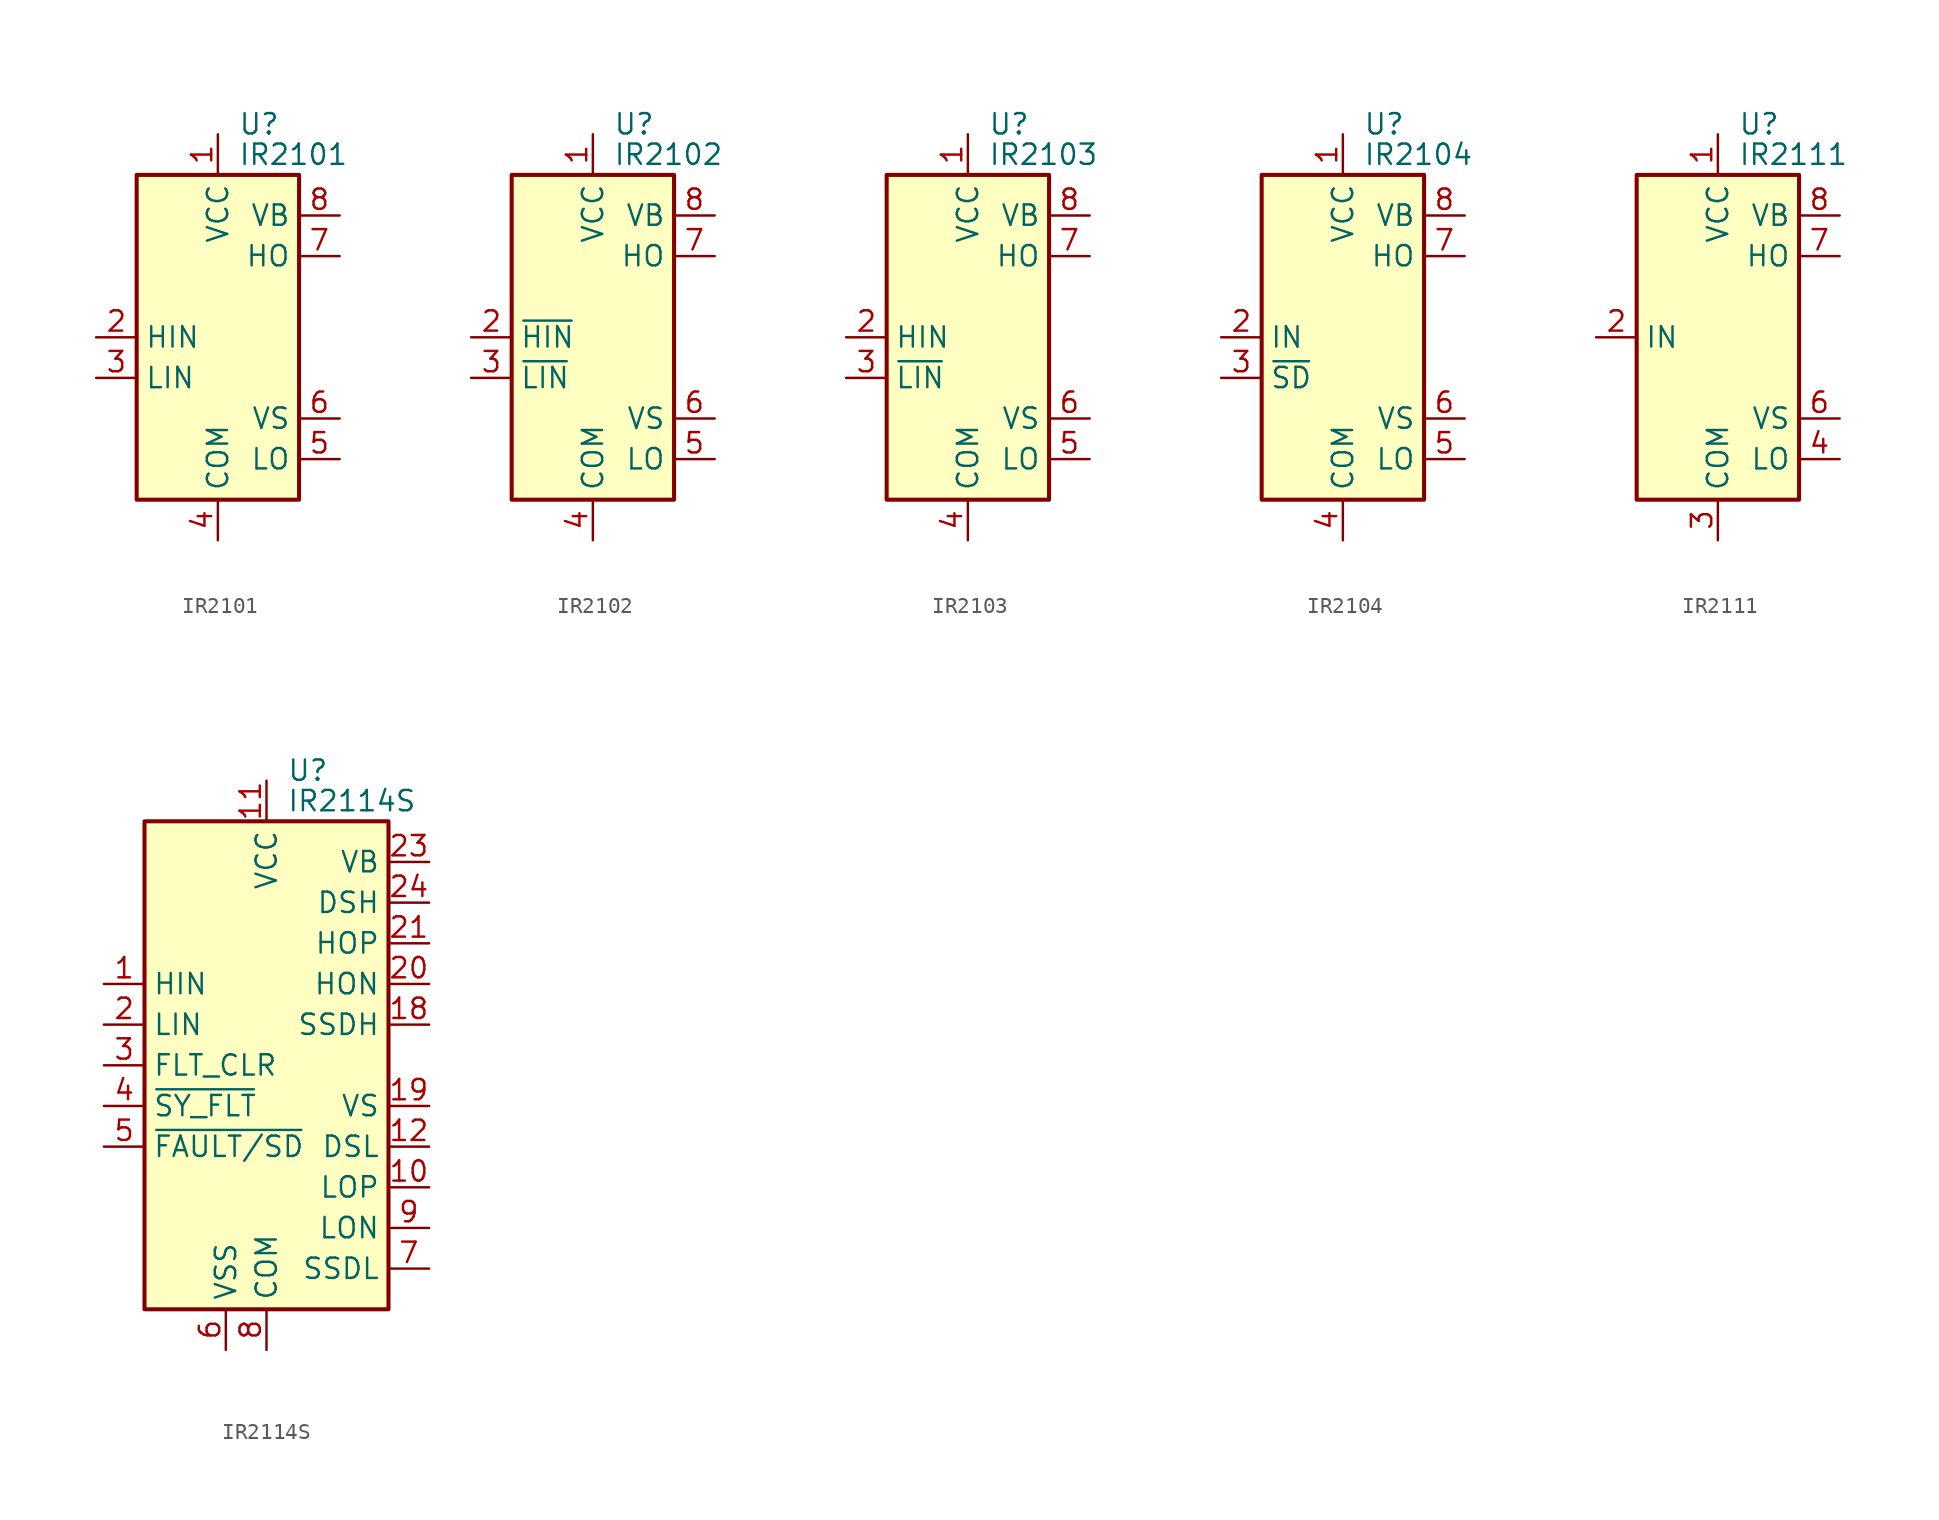
<source format=kicad_sym>
(kicad_symbol_lib
  (version 20200908)
  (generator kicad_symbol_editor)
  (symbol "Driver_FET:IR2101"
    (property "Reference" "U"
      (at 1.27 13.335 0)
      (effects (font (size 1.27 1.27)) (justify left)))
    (property "Value" "IR2101"
      (at 1.27 11.43 0)
      (effects (font (size 1.27 1.27)) (justify left)))
    (symbol "IR2101_0_1"
      (rectangle (start -5.08 -10.16) (end 5.08 10.16) (stroke (width 0.254)) (fill (type background))))
    (symbol "IR2101_1_1"
      (pin power_in line (at 0 12.7 270) (length 2.54) (name "VCC" (effects (font (size 1.27 1.27)))) (number "1" (effects (font (size 1.27 1.27)))))
      (pin input line (at -7.62 0 0) (length 2.54) (name "HIN" (effects (font (size 1.27 1.27)))) (number "2" (effects (font (size 1.27 1.27)))))
      (pin input line (at -7.62 -2.54 0) (length 2.54) (name "LIN" (effects (font (size 1.27 1.27)))) (number "3" (effects (font (size 1.27 1.27)))))
      (pin power_in line (at 0 -12.7 90) (length 2.54) (name "COM" (effects (font (size 1.27 1.27)))) (number "4" (effects (font (size 1.27 1.27)))))
      (pin output line (at 7.62 -7.62 180) (length 2.54) (name "LO" (effects (font (size 1.27 1.27)))) (number "5" (effects (font (size 1.27 1.27)))))
      (pin passive line (at 7.62 -5.08 180) (length 2.54) (name "VS" (effects (font (size 1.27 1.27)))) (number "6" (effects (font (size 1.27 1.27)))))
      (pin output line (at 7.62 5.08 180) (length 2.54) (name "HO" (effects (font (size 1.27 1.27)))) (number "7" (effects (font (size 1.27 1.27)))))
      (pin passive line (at 7.62 7.62 180) (length 2.54) (name "VB" (effects (font (size 1.27 1.27)))) (number "8" (effects (font (size 1.27 1.27)))))))
  (symbol "Driver_FET:IR2102"
    (property "Reference" "U"
      (at 1.27 13.335 0)
      (effects (font (size 1.27 1.27)) (justify left)))
    (property "Value" "IR2102"
      (at 1.27 11.43 0)
      (effects (font (size 1.27 1.27)) (justify left)))
    (symbol "IR2102_0_1"
      (rectangle (start -5.08 -10.16) (end 5.08 10.16) (stroke (width 0.254)) (fill (type background))))
    (symbol "IR2102_1_1"
      (pin power_in line (at 0 12.7 270) (length 2.54) (name "VCC" (effects (font (size 1.27 1.27)))) (number "1" (effects (font (size 1.27 1.27)))))
      (pin input line (at -7.62 0 0) (length 2.54) (name "~HIN" (effects (font (size 1.27 1.27)))) (number "2" (effects (font (size 1.27 1.27)))))
      (pin input line (at -7.62 -2.54 0) (length 2.54) (name "~LIN" (effects (font (size 1.27 1.27)))) (number "3" (effects (font (size 1.27 1.27)))))
      (pin power_in line (at 0 -12.7 90) (length 2.54) (name "COM" (effects (font (size 1.27 1.27)))) (number "4" (effects (font (size 1.27 1.27)))))
      (pin output line (at 7.62 -7.62 180) (length 2.54) (name "LO" (effects (font (size 1.27 1.27)))) (number "5" (effects (font (size 1.27 1.27)))))
      (pin passive line (at 7.62 -5.08 180) (length 2.54) (name "VS" (effects (font (size 1.27 1.27)))) (number "6" (effects (font (size 1.27 1.27)))))
      (pin output line (at 7.62 5.08 180) (length 2.54) (name "HO" (effects (font (size 1.27 1.27)))) (number "7" (effects (font (size 1.27 1.27)))))
      (pin passive line (at 7.62 7.62 180) (length 2.54) (name "VB" (effects (font (size 1.27 1.27)))) (number "8" (effects (font (size 1.27 1.27)))))))
  (symbol "Driver_FET:IR2103"
    (property "Reference" "U"
      (at 1.27 13.335 0)
      (effects (font (size 1.27 1.27)) (justify left)))
    (property "Value" "IR2103"
      (at 1.27 11.43 0)
      (effects (font (size 1.27 1.27)) (justify left)))
    (symbol "IR2103_0_1"
      (rectangle (start -5.08 -10.16) (end 5.08 10.16) (stroke (width 0.254)) (fill (type background))))
    (symbol "IR2103_1_1"
      (pin power_in line (at 0 12.7 270) (length 2.54) (name "VCC" (effects (font (size 1.27 1.27)))) (number "1" (effects (font (size 1.27 1.27)))))
      (pin input line (at -7.62 0 0) (length 2.54) (name "HIN" (effects (font (size 1.27 1.27)))) (number "2" (effects (font (size 1.27 1.27)))))
      (pin input line (at -7.62 -2.54 0) (length 2.54) (name "~LIN" (effects (font (size 1.27 1.27)))) (number "3" (effects (font (size 1.27 1.27)))))
      (pin power_in line (at 0 -12.7 90) (length 2.54) (name "COM" (effects (font (size 1.27 1.27)))) (number "4" (effects (font (size 1.27 1.27)))))
      (pin output line (at 7.62 -7.62 180) (length 2.54) (name "LO" (effects (font (size 1.27 1.27)))) (number "5" (effects (font (size 1.27 1.27)))))
      (pin passive line (at 7.62 -5.08 180) (length 2.54) (name "VS" (effects (font (size 1.27 1.27)))) (number "6" (effects (font (size 1.27 1.27)))))
      (pin output line (at 7.62 5.08 180) (length 2.54) (name "HO" (effects (font (size 1.27 1.27)))) (number "7" (effects (font (size 1.27 1.27)))))
      (pin passive line (at 7.62 7.62 180) (length 2.54) (name "VB" (effects (font (size 1.27 1.27)))) (number "8" (effects (font (size 1.27 1.27)))))))
  (symbol "Driver_FET:IR2104"
    (property "Reference" "U"
      (at 1.27 13.335 0)
      (effects (font (size 1.27 1.27)) (justify left)))
    (property "Value" "IR2104"
      (at 1.27 11.43 0)
      (effects (font (size 1.27 1.27)) (justify left)))
    (symbol "IR2104_0_1"
      (rectangle (start -5.08 -10.16) (end 5.08 10.16) (stroke (width 0.254)) (fill (type background))))
    (symbol "IR2104_1_1"
      (pin power_in line (at 0 12.7 270) (length 2.54) (name "VCC" (effects (font (size 1.27 1.27)))) (number "1" (effects (font (size 1.27 1.27)))))
      (pin input line (at -7.62 0 0) (length 2.54) (name "IN" (effects (font (size 1.27 1.27)))) (number "2" (effects (font (size 1.27 1.27)))))
      (pin input line (at -7.62 -2.54 0) (length 2.54) (name "~SD" (effects (font (size 1.27 1.27)))) (number "3" (effects (font (size 1.27 1.27)))))
      (pin power_in line (at 0 -12.7 90) (length 2.54) (name "COM" (effects (font (size 1.27 1.27)))) (number "4" (effects (font (size 1.27 1.27)))))
      (pin output line (at 7.62 -7.62 180) (length 2.54) (name "LO" (effects (font (size 1.27 1.27)))) (number "5" (effects (font (size 1.27 1.27)))))
      (pin passive line (at 7.62 -5.08 180) (length 2.54) (name "VS" (effects (font (size 1.27 1.27)))) (number "6" (effects (font (size 1.27 1.27)))))
      (pin output line (at 7.62 5.08 180) (length 2.54) (name "HO" (effects (font (size 1.27 1.27)))) (number "7" (effects (font (size 1.27 1.27)))))
      (pin passive line (at 7.62 7.62 180) (length 2.54) (name "VB" (effects (font (size 1.27 1.27)))) (number "8" (effects (font (size 1.27 1.27)))))))
  (symbol "Driver_FET:IR2111"
    (property "Reference" "U"
      (at 1.27 13.335 0)
      (effects (font (size 1.27 1.27)) (justify left)))
    (property "Value" "IR2111"
      (at 1.27 11.43 0)
      (effects (font (size 1.27 1.27)) (justify left)))
    (symbol "IR2111_0_1"
      (rectangle (start -5.08 -10.16) (end 5.08 10.16) (stroke (width 0.254)) (fill (type background))))
    (symbol "IR2111_1_1"
      (pin power_in line (at 0 12.7 270) (length 2.54) (name "VCC" (effects (font (size 1.27 1.27)))) (number "1" (effects (font (size 1.27 1.27)))))
      (pin input line (at -7.62 0 0) (length 2.54) (name "IN" (effects (font (size 1.27 1.27)))) (number "2" (effects (font (size 1.27 1.27)))))
      (pin power_in line (at 0 -12.7 90) (length 2.54) (name "COM" (effects (font (size 1.27 1.27)))) (number "3" (effects (font (size 1.27 1.27)))))
      (pin output line (at 7.62 -7.62 180) (length 2.54) (name "LO" (effects (font (size 1.27 1.27)))) (number "4" (effects (font (size 1.27 1.27)))))
      (pin unconnected line (at -5.08 7.62 0) (length 2.54) hide (name "NC" (effects (font (size 1.27 1.27)))) (number "5" (effects (font (size 1.27 1.27)))))
      (pin passive line (at 7.62 -5.08 180) (length 2.54) (name "VS" (effects (font (size 1.27 1.27)))) (number "6" (effects (font (size 1.27 1.27)))))
      (pin output line (at 7.62 5.08 180) (length 2.54) (name "HO" (effects (font (size 1.27 1.27)))) (number "7" (effects (font (size 1.27 1.27)))))
      (pin passive line (at 7.62 7.62 180) (length 2.54) (name "VB" (effects (font (size 1.27 1.27)))) (number "8" (effects (font (size 1.27 1.27)))))))
  (symbol "Driver_FET:IR2114S"
    (property "Reference" "U"
      (at 1.27 18.415 0)
      (effects (font (size 1.27 1.27)) (justify left)))
    (property "Value" "IR2114S"
      (at 1.27 16.51 0)
      (effects (font (size 1.27 1.27)) (justify left)))
    (symbol "IR2114S_0_1"
      (rectangle (start -7.62 -15.24) (end 7.62 15.24) (stroke (width 0.254)) (fill (type background))))
    (symbol "IR2114S_1_1"
      (pin input line (at -10.16 5.08 0) (length 2.54) (name "HIN" (effects (font (size 1.27 1.27)))) (number "1" (effects (font (size 1.27 1.27)))))
      (pin output line (at 10.16 -7.62 180) (length 2.54) (name "LOP" (effects (font (size 1.27 1.27)))) (number "10" (effects (font (size 1.27 1.27)))))
      (pin power_in line (at 0 17.78 270) (length 2.54) (name "VCC" (effects (font (size 1.27 1.27)))) (number "11" (effects (font (size 1.27 1.27)))))
      (pin input line (at 10.16 -5.08 180) (length 2.54) (name "DSL" (effects (font (size 1.27 1.27)))) (number "12" (effects (font (size 1.27 1.27)))))
      (pin unconnected line (at -7.62 12.7 0) (length 2.54) hide (name "NC" (effects (font (size 1.27 1.27)))) (number "13" (effects (font (size 1.27 1.27)))))
      (pin unconnected line (at -7.62 10.16 0) (length 2.54) hide (name "NC" (effects (font (size 1.27 1.27)))) (number "14" (effects (font (size 1.27 1.27)))))
      (pin unconnected line (at -7.62 7.62 0) (length 2.54) hide (name "NC" (effects (font (size 1.27 1.27)))) (number "15" (effects (font (size 1.27 1.27)))))
      (pin unconnected line (at -7.62 -7.62 0) (length 2.54) hide (name "NC" (effects (font (size 1.27 1.27)))) (number "16" (effects (font (size 1.27 1.27)))))
      (pin unconnected line (at -7.62 -10.16 0) (length 2.54) hide (name "NC" (effects (font (size 1.27 1.27)))) (number "17" (effects (font (size 1.27 1.27)))))
      (pin input line (at 10.16 2.54 180) (length 2.54) (name "SSDH" (effects (font (size 1.27 1.27)))) (number "18" (effects (font (size 1.27 1.27)))))
      (pin passive line (at 10.16 -2.54 180) (length 2.54) (name "VS" (effects (font (size 1.27 1.27)))) (number "19" (effects (font (size 1.27 1.27)))))
      (pin input line (at -10.16 2.54 0) (length 2.54) (name "LIN" (effects (font (size 1.27 1.27)))) (number "2" (effects (font (size 1.27 1.27)))))
      (pin output line (at 10.16 5.08 180) (length 2.54) (name "HON" (effects (font (size 1.27 1.27)))) (number "20" (effects (font (size 1.27 1.27)))))
      (pin output line (at 10.16 7.62 180) (length 2.54) (name "HOP" (effects (font (size 1.27 1.27)))) (number "21" (effects (font (size 1.27 1.27)))))
      (pin unconnected line (at -7.62 -12.7 0) (length 2.54) hide (name "NC" (effects (font (size 1.27 1.27)))) (number "22" (effects (font (size 1.27 1.27)))))
      (pin passive line (at 10.16 12.7 180) (length 2.54) (name "VB" (effects (font (size 1.27 1.27)))) (number "23" (effects (font (size 1.27 1.27)))))
      (pin input line (at 10.16 10.16 180) (length 2.54) (name "DSH" (effects (font (size 1.27 1.27)))) (number "24" (effects (font (size 1.27 1.27)))))
      (pin input line (at -10.16 0 0) (length 2.54) (name "FLT_CLR" (effects (font (size 1.27 1.27)))) (number "3" (effects (font (size 1.27 1.27)))))
      (pin bidirectional line (at -10.16 -2.54 0) (length 2.54) (name "~SY_FLT" (effects (font (size 1.27 1.27)))) (number "4" (effects (font (size 1.27 1.27)))))
      (pin bidirectional line (at -10.16 -5.08 0) (length 2.54) (name "~FAULT/SD" (effects (font (size 1.27 1.27)))) (number "5" (effects (font (size 1.27 1.27)))))
      (pin power_in line (at -2.54 -17.78 90) (length 2.54) (name "VSS" (effects (font (size 1.27 1.27)))) (number "6" (effects (font (size 1.27 1.27)))))
      (pin input line (at 10.16 -12.7 180) (length 2.54) (name "SSDL" (effects (font (size 1.27 1.27)))) (number "7" (effects (font (size 1.27 1.27)))))
      (pin power_in line (at 0 -17.78 90) (length 2.54) (name "COM" (effects (font (size 1.27 1.27)))) (number "8" (effects (font (size 1.27 1.27)))))
      (pin output line (at 10.16 -10.16 180) (length 2.54) (name "LON" (effects (font (size 1.27 1.27)))) (number "9" (effects (font (size 1.27 1.27))))))))
</source>
